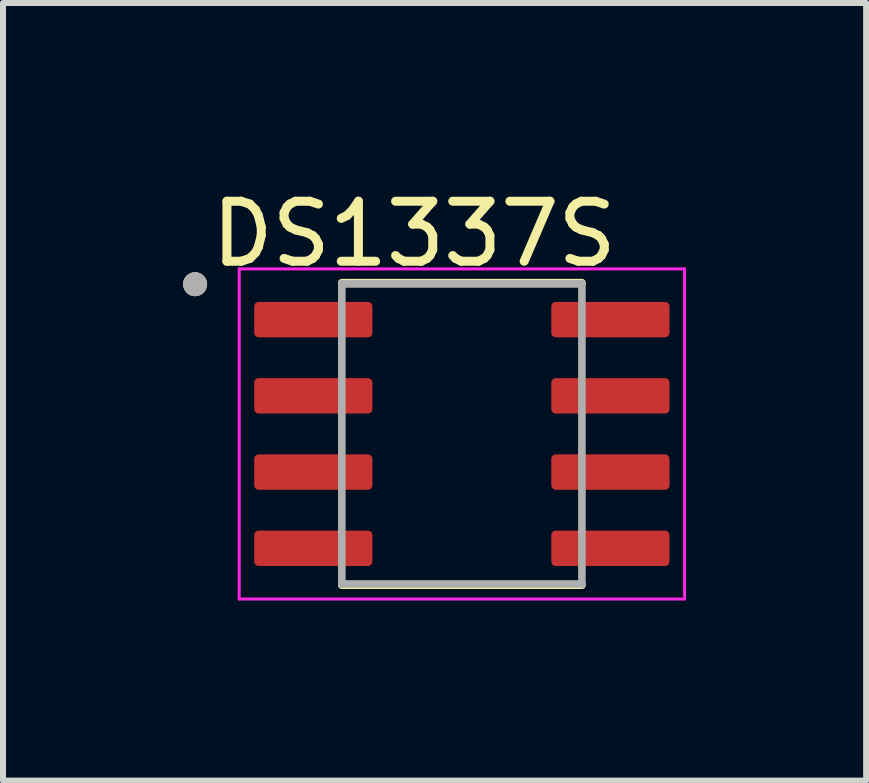
<source format=kicad_pcb>
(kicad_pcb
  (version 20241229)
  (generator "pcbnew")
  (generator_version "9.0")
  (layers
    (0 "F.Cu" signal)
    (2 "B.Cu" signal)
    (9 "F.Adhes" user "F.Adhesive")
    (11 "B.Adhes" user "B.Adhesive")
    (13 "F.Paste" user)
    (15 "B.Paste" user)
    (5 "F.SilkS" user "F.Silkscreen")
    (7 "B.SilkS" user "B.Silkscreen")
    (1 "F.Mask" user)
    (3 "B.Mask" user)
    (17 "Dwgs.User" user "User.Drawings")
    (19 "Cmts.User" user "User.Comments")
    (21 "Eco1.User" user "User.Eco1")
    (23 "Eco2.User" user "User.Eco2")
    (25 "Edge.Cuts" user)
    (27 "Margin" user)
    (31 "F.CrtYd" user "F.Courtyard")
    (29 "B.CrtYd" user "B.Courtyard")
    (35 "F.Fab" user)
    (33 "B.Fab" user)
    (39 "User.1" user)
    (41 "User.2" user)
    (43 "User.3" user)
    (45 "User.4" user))
  (footprint "DS1337S"
    (layer "F.Cu")
    (at 4.645 4.18)
    (property "Reference" "DS1337S" (at -0.795 -3.332 0) (layer "F.SilkS") (effects (font (size 1 1) (thickness 0.15))))
    (attr smd)
    (fp_line (start -2 -2.52) (end 2 -2.52) (stroke (width 0.127) (type solid)) (layer "F.SilkS"))
    (fp_line (start -2 2.52) (end 2 2.52) (stroke (width 0.127) (type solid)) (layer "F.SilkS"))
    (fp_circle (center -4.445 -2.495) (end -4.345 -2.495) (stroke (width 0.2) (type solid)) (fill no) (layer "F.SilkS"))
    (fp_line (start -3.71 -2.75) (end -3.71 2.75) (stroke (width 0.05) (type solid)) (layer "F.CrtYd"))
    (fp_line (start -3.71 -2.75) (end 3.71 -2.75) (stroke (width 0.05) (type solid)) (layer "F.CrtYd"))
    (fp_line (start -3.71 2.75) (end 3.71 2.75) (stroke (width 0.05) (type solid)) (layer "F.CrtYd"))
    (fp_line (start 3.71 -2.75) (end 3.71 2.75) (stroke (width 0.05) (type solid)) (layer "F.CrtYd"))
    (fp_line (start -2 -2.5) (end -2 2.5) (stroke (width 0.127) (type solid)) (layer "F.Fab"))
    (fp_line (start -2 -2.5) (end 2 -2.5) (stroke (width 0.127) (type solid)) (layer "F.Fab"))
    (fp_line (start -2 2.5) (end 2 2.5) (stroke (width 0.127) (type solid)) (layer "F.Fab"))
    (fp_line (start 2 -2.5) (end 2 2.5) (stroke (width 0.127) (type solid)) (layer "F.Fab"))
    (fp_circle (center -4.445 -2.495) (end -4.345 -2.495) (stroke (width 0.2) (type solid)) (fill no) (layer "F.Fab"))
    (pad "1" smd roundrect (at -2.475 -1.905) (size 1.97 0.59) (layers "F.Cu" "F.Mask" "F.Paste") (roundrect_rratio 0.125))
    (pad "2" smd roundrect (at -2.475 -0.635) (size 1.97 0.59) (layers "F.Cu" "F.Mask" "F.Paste") (roundrect_rratio 0.125))
    (pad "3" smd roundrect (at -2.475 0.635) (size 1.97 0.59) (layers "F.Cu" "F.Mask" "F.Paste") (roundrect_rratio 0.125))
    (pad "4" smd roundrect (at -2.475 1.905) (size 1.97 0.59) (layers "F.Cu" "F.Mask" "F.Paste") (roundrect_rratio 0.125))
    (pad "5" smd roundrect (at 2.475 1.905) (size 1.97 0.59) (layers "F.Cu" "F.Mask" "F.Paste") (roundrect_rratio 0.125))
    (pad "6" smd roundrect (at 2.475 0.635) (size 1.97 0.59) (layers "F.Cu" "F.Mask" "F.Paste") (roundrect_rratio 0.125))
    (pad "7" smd roundrect (at 2.475 -0.635) (size 1.97 0.59) (layers "F.Cu" "F.Mask" "F.Paste") (roundrect_rratio 0.125))
    (pad "8" smd roundrect (at 2.475 -1.905) (size 1.97 0.59) (layers "F.Cu" "F.Mask" "F.Paste") (roundrect_rratio 0.125)))
  (gr_rect
    (start -3 -3)
    (end 11.38 9.955)
    (stroke (width 0.1) (type default))
    (fill no)
    (layer "Edge.Cuts")))
</source>
